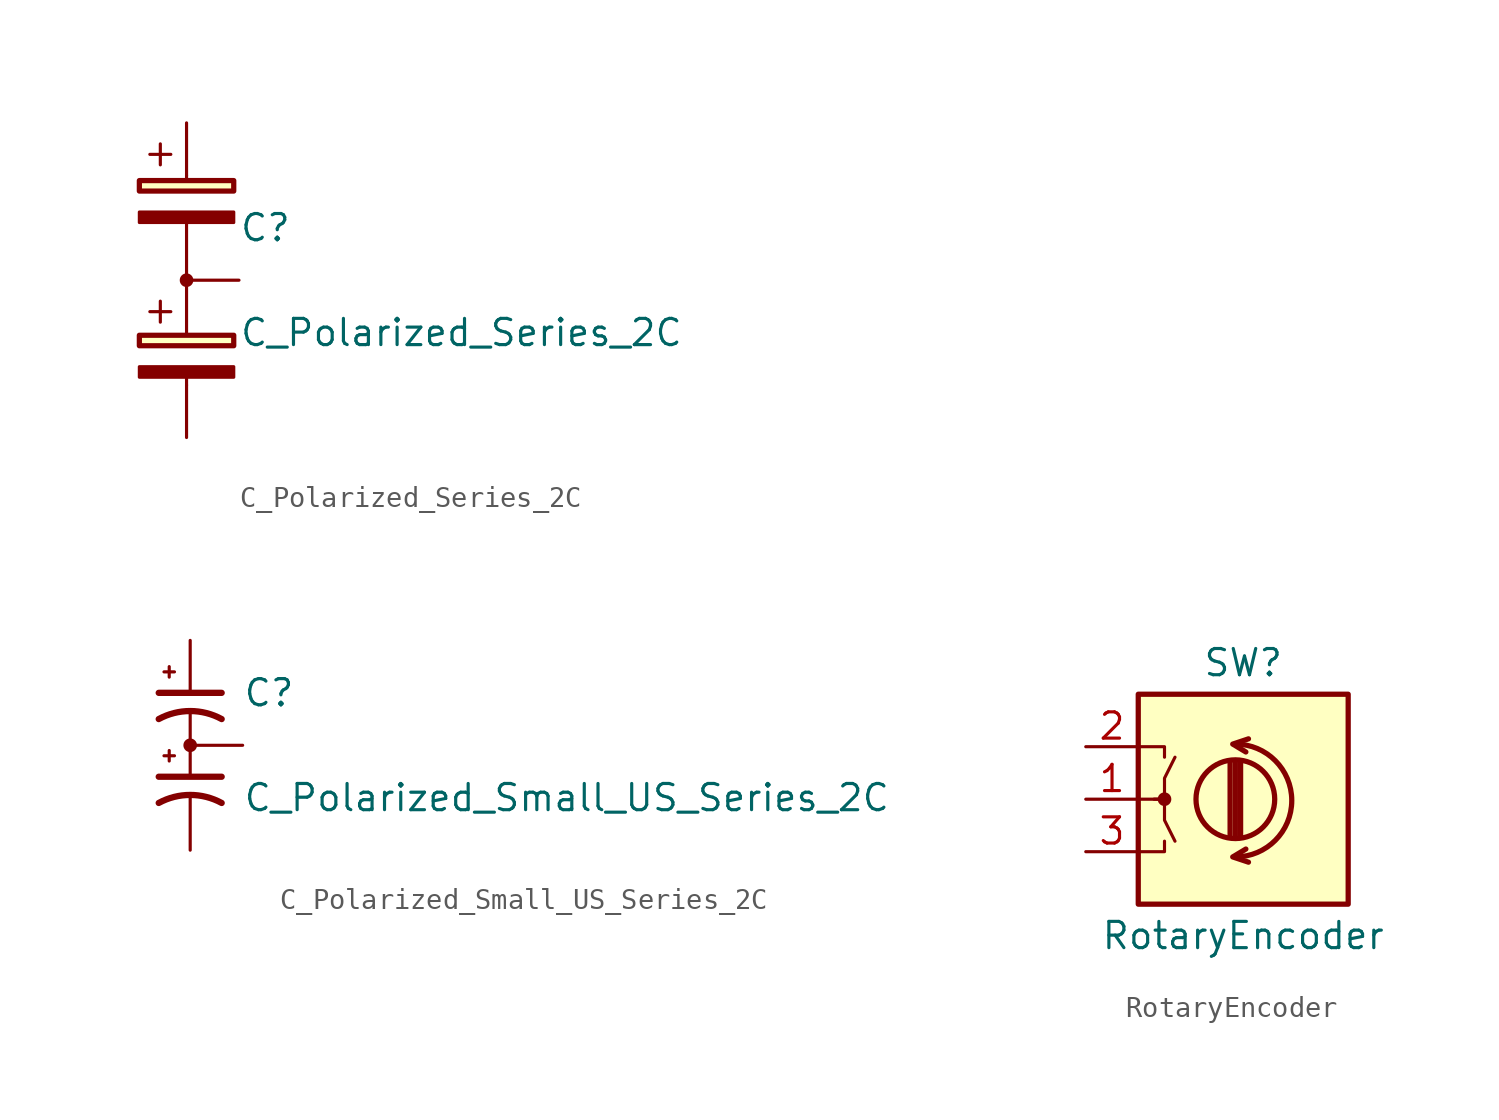
<source format=kicad_sym>
(kicad_symbol_lib
  (version 20211014)
  (generator kicad_symbol_editor)
  (symbol "C_Polarized_Series_2C"
    (pin_numbers hide)
    (property "Reference" "C"
      (at 2.54 2.54 0)
      (effects (font (size 1.27 1.27)) (justify left)))
    (property "Value" "C_Polarized_Series_2C"
      (at 2.54 -2.54 0)
      (effects (font (size 1.27 1.27)) (justify left)))
    (symbol "C_Polarized_Series_2C_0_1"
      (rectangle (start -2.286 -3.175) (end 2.286 -2.667) (stroke (width 0.254) (type default) (color 0 0 0 0)) (fill (type background)))
      (rectangle (start -2.286 4.318) (end 2.286 4.826) (stroke (width 0.254) (type default) (color 0 0 0 0)) (fill (type background)))
      (polyline (pts (xy -1.778 -1.524) (xy -0.762 -1.524)) (stroke (width 0) (type default) (color 0 0 0 0)) (fill (type none)))
      (polyline (pts (xy -1.778 6.096) (xy -0.762 6.096)) (stroke (width 0) (type default) (color 0 0 0 0)) (fill (type none)))
      (polyline (pts (xy -1.27 -1.016) (xy -1.27 -2.032)) (stroke (width 0) (type default) (color 0 0 0 0)) (fill (type none)))
      (polyline (pts (xy -1.27 6.604) (xy -1.27 5.588)) (stroke (width 0) (type default) (color 0 0 0 0)) (fill (type none)))
      (polyline (pts (xy 0 -5.08) (xy 0 -4.572)) (stroke (width 0.152) (type default) (color 0 0 0 0)) (fill (type none)))
      (polyline (pts (xy 0 2.794) (xy 0 -2.667)) (stroke (width 0.152) (type default) (color 0 0 0 0)) (fill (type none)))
      (polyline (pts (xy 0 5.08) (xy 0 4.826)) (stroke (width 0.152) (type default) (color 0 0 0 0)) (fill (type none)))
      (circle (center 0 0) (radius 0.254) (stroke (width 0) (type default) (color 0 0 0 0)) (fill (type outline)))
      (rectangle (start 2.286 -4.191) (end -2.286 -4.699) (stroke (width 0) (type default) (color 0 0 0 0)) (fill (type outline)))
      (rectangle (start 2.286 3.302) (end -2.286 2.794) (stroke (width 0) (type default) (color 0 0 0 0)) (fill (type outline))))
    (symbol "C_Polarized_Series_2C_1_1"
      (pin passive line (at 0 7.62 270) (length 2.54) (name "~" (effects (font (size 1.27 1.27)))) (number "1" (effects (font (size 1.27 1.27)))))
      (pin passive line (at 2.54 0 180) (length 2.54) (name "~" (effects (font (size 1.27 1.27)))) (number "2" (effects (font (size 1.27 1.27)))))
      (pin passive line (at 0 -7.62 90) (length 2.54) (name "~" (effects (font (size 1.27 1.27)))) (number "3" (effects (font (size 1.27 1.27)))))))
  (symbol "C_Polarized_Small_US_Series_2C"
    (pin_numbers hide)
    (pin_names hide)
    (property "Reference" "C"
      (at 2.54 2.54 0)
      (effects (font (size 1.27 1.27)) (justify left)))
    (property "Value" "C_Polarized_Small_US_Series_2C"
      (at 2.54 -2.54 0)
      (effects (font (size 1.27 1.27)) (justify left)))
    (symbol "C_Polarized_Small_US_Series_2C_0_1"
      (polyline (pts (xy -1.524 -1.524) (xy 1.524 -1.524)) (stroke (width 0.305) (type default) (color 0 0 0 0)) (fill (type none)))
      (polyline (pts (xy -1.524 2.54) (xy 1.524 2.54)) (stroke (width 0.305) (type default) (color 0 0 0 0)) (fill (type none)))
      (polyline (pts (xy -1.27 -0.508) (xy -0.762 -0.508)) (stroke (width 0) (type default) (color 0 0 0 0)) (fill (type none)))
      (polyline (pts (xy -1.27 3.556) (xy -0.762 3.556)) (stroke (width 0) (type default) (color 0 0 0 0)) (fill (type none)))
      (polyline (pts (xy -1.016 -0.762) (xy -1.016 -0.254)) (stroke (width 0) (type default) (color 0 0 0 0)) (fill (type none)))
      (polyline (pts (xy -1.016 3.302) (xy -1.016 3.81)) (stroke (width 0) (type default) (color 0 0 0 0)) (fill (type none)))
      (polyline (pts (xy 0 1.524) (xy 0 -1.524)) (stroke (width 0.152) (type default) (color 0 0 0 0)) (fill (type none)))
      (circle (center 0 0) (radius 0.254) (stroke (width 0) (type default) (color 0 0 0 0)) (fill (type outline)))
      (arc (start 1.524 -2.794) (mid 0 -2.4054) (end -1.524 -2.794) (stroke (width 0.3048) (type default) (color 0 0 0 0)) (fill (type none)))
      (arc (start 1.524 1.27) (mid 0 1.6586) (end -1.524 1.27) (stroke (width 0.3048) (type default) (color 0 0 0 0)) (fill (type none))))
    (symbol "C_Polarized_Small_US_Series_2C_1_1"
      (pin passive line (at 0 5.08 270) (length 2.54) (name "~" (effects (font (size 1.27 1.27)))) (number "1" (effects (font (size 1.27 1.27)))))
      (pin passive line (at 2.54 0 180) (length 2.54) (name "~" (effects (font (size 1.27 1.27)))) (number "2" (effects (font (size 1.27 1.27)))))
      (pin passive line (at 0 -5.08 90) (length 2.54) (name "~" (effects (font (size 1.27 1.27)))) (number "3" (effects (font (size 1.27 1.27)))))))
  (symbol "RotaryEncoder"
    (pin_names
      (offset 0.254) hide)
    (property "Reference" "SW"
      (at 0 6.604 0)
      (effects (font (size 1.27 1.27))))
    (property "Value" "RotaryEncoder"
      (at 0 -6.604 0)
      (effects (font (size 1.27 1.27))))
    (symbol "RotaryEncoder_0_1"
      (rectangle (start -5.08 5.08) (end 5.08 -5.08) (stroke (width 0.254) (type default) (color 0 0 0 0)) (fill (type background)))
      (circle (center -3.81 0) (radius 0.254) (stroke (width 0) (type default) (color 0 0 0 0)) (fill (type outline)))
      (arc (start -0.381 -2.794) (mid 2.3622 -0.0508) (end -0.381 2.667) (stroke (width 0.254) (type default) (color 0 0 0 0)) (fill (type none)))
      (circle (center -0.381 0) (radius 1.905) (stroke (width 0.254) (type default) (color 0 0 0 0)) (fill (type none)))
      (polyline (pts (xy -0.635 -1.778) (xy -0.635 1.778)) (stroke (width 0.254) (type default) (color 0 0 0 0)) (fill (type none)))
      (polyline (pts (xy -0.381 -1.778) (xy -0.381 1.778)) (stroke (width 0.254) (type default) (color 0 0 0 0)) (fill (type none)))
      (polyline (pts (xy -0.127 1.778) (xy -0.127 -1.778)) (stroke (width 0.254) (type default) (color 0 0 0 0)) (fill (type none)))
      (polyline (pts (xy -5.08 -2.54) (xy -3.81 -2.54) (xy -3.81 -2.032)) (stroke (width 0) (type default) (color 0 0 0 0)) (fill (type none)))
      (polyline (pts (xy -5.08 2.54) (xy -3.81 2.54) (xy -3.81 2.032)) (stroke (width 0) (type default) (color 0 0 0 0)) (fill (type none)))
      (polyline (pts (xy 0.254 -3.048) (xy -0.508 -2.794) (xy 0.127 -2.413)) (stroke (width 0.254) (type default) (color 0 0 0 0)) (fill (type none)))
      (polyline (pts (xy 0.254 2.921) (xy -0.508 2.667) (xy 0.127 2.286)) (stroke (width 0.254) (type default) (color 0 0 0 0)) (fill (type none)))
      (polyline (pts (xy -5.08 0) (xy -3.81 0) (xy -3.81 -1.016) (xy -3.302 -2.032)) (stroke (width 0) (type default) (color 0 0 0 0)) (fill (type none)))
      (polyline (pts (xy -4.318 0) (xy -3.81 0) (xy -3.81 1.016) (xy -3.302 2.032)) (stroke (width 0) (type default) (color 0 0 0 0)) (fill (type none))))
    (symbol "RotaryEncoder_1_1"
      (pin passive line (at -7.62 0 0) (length 2.54) (name "C" (effects (font (size 1.27 1.27)))) (number "1" (effects (font (size 1.27 1.27)))))
      (pin passive line (at -7.62 2.54 0) (length 2.54) (name "A" (effects (font (size 1.27 1.27)))) (number "2" (effects (font (size 1.27 1.27)))))
      (pin passive line (at -7.62 -2.54 0) (length 2.54) (name "B" (effects (font (size 1.27 1.27)))) (number "3" (effects (font (size 1.27 1.27))))))))
</source>
